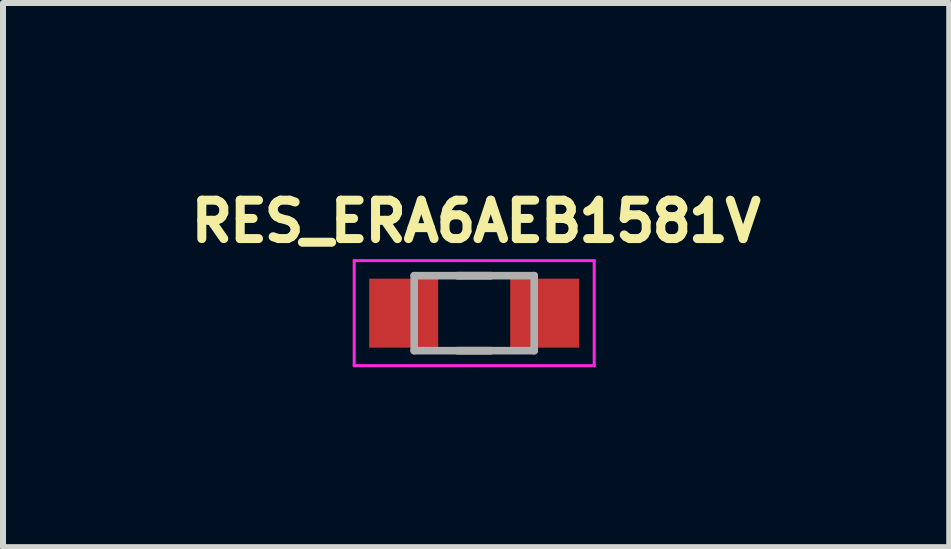
<source format=kicad_pcb>
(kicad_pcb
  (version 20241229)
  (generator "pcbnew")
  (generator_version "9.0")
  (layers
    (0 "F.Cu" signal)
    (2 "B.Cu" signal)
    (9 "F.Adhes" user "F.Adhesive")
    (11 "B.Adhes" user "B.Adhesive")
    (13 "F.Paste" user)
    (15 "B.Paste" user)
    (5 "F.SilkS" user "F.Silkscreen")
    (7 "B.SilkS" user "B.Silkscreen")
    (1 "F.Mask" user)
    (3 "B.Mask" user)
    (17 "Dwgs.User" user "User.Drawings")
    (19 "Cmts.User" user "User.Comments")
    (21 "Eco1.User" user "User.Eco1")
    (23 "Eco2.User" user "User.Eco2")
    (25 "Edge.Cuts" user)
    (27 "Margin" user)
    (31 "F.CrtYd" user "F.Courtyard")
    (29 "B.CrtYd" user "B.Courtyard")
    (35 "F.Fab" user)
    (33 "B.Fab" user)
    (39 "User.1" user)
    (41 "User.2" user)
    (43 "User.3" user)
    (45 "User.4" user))
  (footprint "RES_ERA6AEB1581V"
    (layer "F.Cu")
    (at 4.853 2.169)
    (property "Reference" "RES_ERA6AEB1581V" (at 0.032 -1.531 0) (layer "F.SilkS") (effects (font (size 0.64 0.64) (thickness 0.15))))
    (attr smd)
    (fp_line (start -0.28 -0.625) (end 0.28 -0.625) (stroke (width 0.127) (type solid)) (layer "F.SilkS"))
    (fp_line (start -0.28 0.625) (end 0.28 0.625) (stroke (width 0.127) (type solid)) (layer "F.SilkS"))
    (fp_line (start -2 -0.875) (end -2 0.875) (stroke (width 0.05) (type solid)) (layer "F.CrtYd"))
    (fp_line (start -2 0.875) (end 2 0.875) (stroke (width 0.05) (type solid)) (layer "F.CrtYd"))
    (fp_line (start 2 -0.875) (end -2 -0.875) (stroke (width 0.05) (type solid)) (layer "F.CrtYd"))
    (fp_line (start 2 0.875) (end 2 -0.875) (stroke (width 0.05) (type solid)) (layer "F.CrtYd"))
    (fp_line (start -1 -0.625) (end -1 0.625) (stroke (width 0.127) (type solid)) (layer "F.Fab"))
    (fp_line (start -1 -0.625) (end 1 -0.625) (stroke (width 0.127) (type solid)) (layer "F.Fab"))
    (fp_line (start -1 0.625) (end 1 0.625) (stroke (width 0.127) (type solid)) (layer "F.Fab"))
    (fp_line (start 1 -0.625) (end 1 0.625) (stroke (width 0.127) (type solid)) (layer "F.Fab"))
    (pad "1" smd rect (at -1.175 0) (size 1.15 1.15) (layers "F.Cu" "F.Mask" "F.Paste"))
    (pad "2" smd rect (at 1.175 0) (size 1.15 1.15) (layers "F.Cu" "F.Mask" "F.Paste")))
  (gr_rect
    (start -3 -3)
    (end 12.77 6.069)
    (stroke (width 0.1) (type default))
    (fill no)
    (layer "Edge.Cuts")))
</source>
